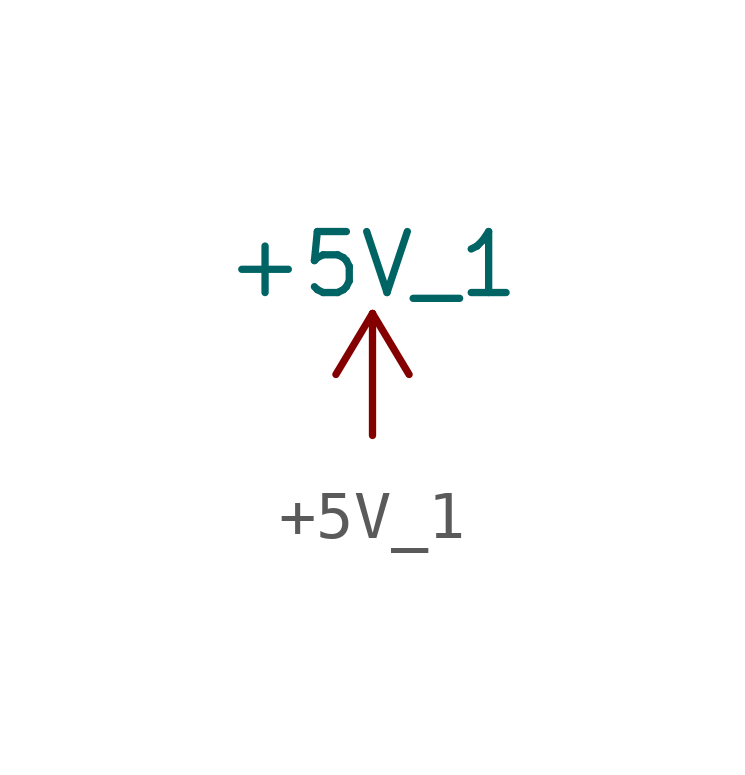
<source format=kicad_sym>
(kicad_symbol_lib
  (version 20231120)
  (generator "kicad_symbol_editor")
  (generator_version "8.0")
  (symbol "+5V_1"
    (power)
    (pin_names
      (offset 0))
    (property "Reference" "#PWR"
      (at 0 -3.81 0)
      (effects (font (size 1.27 1.27)) (hide yes)))
    (property "Value" "+5V_1"
      (at 0 3.556 0)
      (effects (font (size 1.27 1.27))))
    (symbol "+5V_1_0_1"
      (polyline (pts (xy -0.762 1.27) (xy 0 2.54)) (stroke (width 0) (type default)) (fill (type none)))
      (polyline (pts (xy 0 0) (xy 0 2.54)) (stroke (width 0) (type default)) (fill (type none)))
      (polyline (pts (xy 0 2.54) (xy 0.762 1.27)) (stroke (width 0) (type default)) (fill (type none))))
    (symbol "+5V_1_1_1"
      (pin power_in line (at 0 0 90) (length 0) hide (name "+5V_1" (effects (font (size 1.27 1.27)))) (number "1" (effects (font (size 1.27 1.27))))))))
</source>
